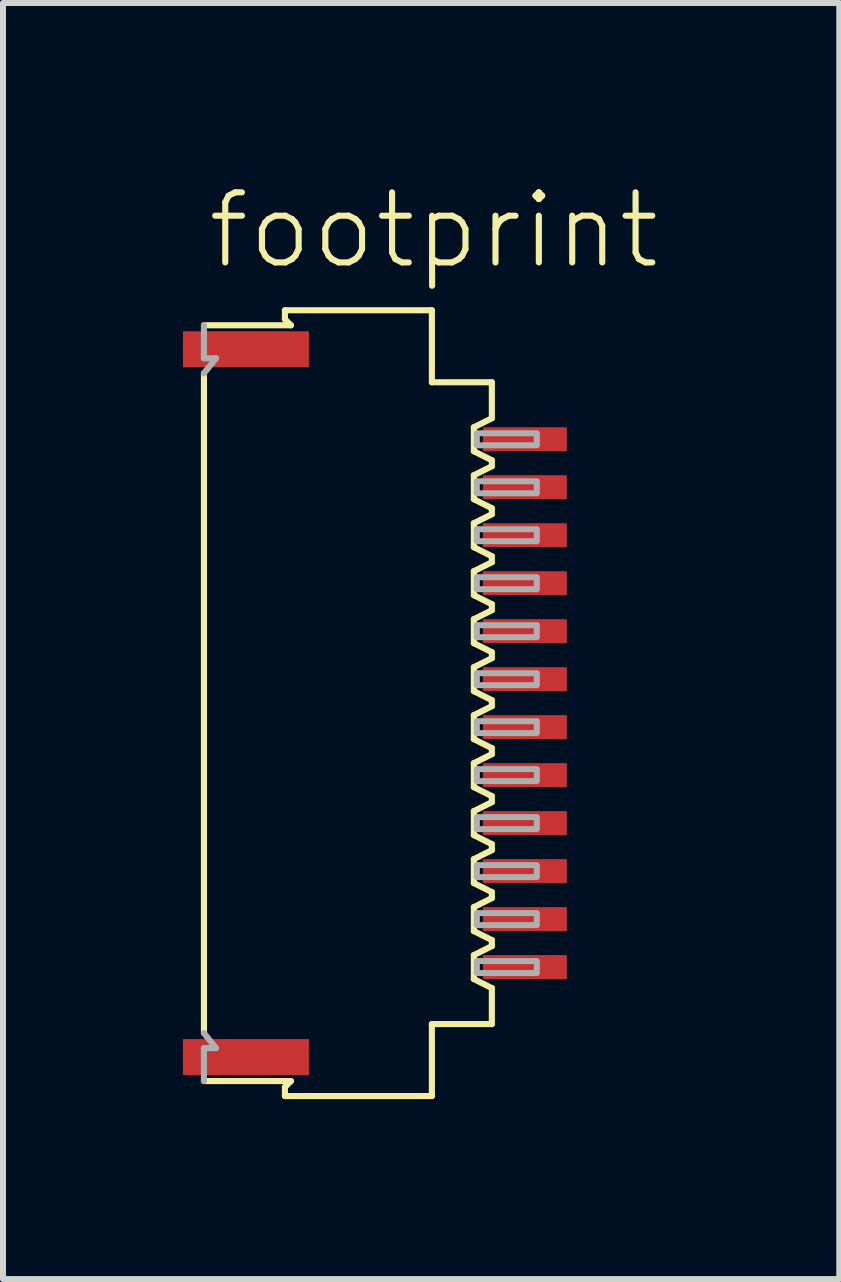
<source format=kicad_pcb>
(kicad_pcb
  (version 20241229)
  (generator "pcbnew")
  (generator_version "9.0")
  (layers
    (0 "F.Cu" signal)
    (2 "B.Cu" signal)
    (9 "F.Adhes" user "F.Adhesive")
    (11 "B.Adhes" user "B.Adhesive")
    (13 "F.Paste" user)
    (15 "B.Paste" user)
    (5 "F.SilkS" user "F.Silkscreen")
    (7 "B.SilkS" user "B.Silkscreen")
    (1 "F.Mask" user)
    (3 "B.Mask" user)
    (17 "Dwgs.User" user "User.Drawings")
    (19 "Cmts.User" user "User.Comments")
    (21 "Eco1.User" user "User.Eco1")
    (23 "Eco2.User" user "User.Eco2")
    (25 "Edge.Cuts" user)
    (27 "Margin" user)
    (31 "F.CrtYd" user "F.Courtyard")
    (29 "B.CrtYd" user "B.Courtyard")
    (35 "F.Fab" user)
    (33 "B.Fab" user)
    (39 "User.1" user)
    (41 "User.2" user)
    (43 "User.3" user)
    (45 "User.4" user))
  (footprint "footprint"
    (layer "F.Cu")
    (at 3.16 8.673)
    (property "Reference" "footprint" (at -2.8 -7.2 0) (layer "F.SilkS") (effects (font (size 1.168 1.168) (thickness 0.102)) (justify left bottom)))
    (fp_line (start -2.81 -5.5) (end -2.81 5.5) (stroke (width 0.102) (type solid)) (layer "F.SilkS"))
    (fp_line (start -1.46 -6.55) (end -1.46 -6.4) (stroke (width 0.102) (type solid)) (layer "F.SilkS"))
    (fp_line (start -1.46 -6.4) (end -1.36 -6.3) (stroke (width 0.102) (type solid)) (layer "F.SilkS"))
    (fp_line (start -1.46 6.4) (end -1.46 6.55) (stroke (width 0.102) (type solid)) (layer "F.SilkS"))
    (fp_line (start -1.36 -6.3) (end -2.81 -6.3) (stroke (width 0.102) (type solid)) (layer "F.SilkS"))
    (fp_line (start -1.36 6.3) (end -2.81 6.3) (stroke (width 0.102) (type solid)) (layer "F.SilkS"))
    (fp_line (start -1.36 6.3) (end -1.46 6.4) (stroke (width 0.102) (type solid)) (layer "F.SilkS"))
    (fp_line (start 0.99 -6.55) (end -1.46 -6.55) (stroke (width 0.102) (type solid)) (layer "F.SilkS"))
    (fp_line (start 0.99 -5.35) (end 0.99 -6.55) (stroke (width 0.102) (type solid)) (layer "F.SilkS"))
    (fp_line (start 0.99 5.35) (end 1.99 5.35) (stroke (width 0.102) (type solid)) (layer "F.SilkS"))
    (fp_line (start 0.99 6.55) (end -1.46 6.55) (stroke (width 0.102) (type solid)) (layer "F.SilkS"))
    (fp_line (start 0.99 6.55) (end 0.99 5.35) (stroke (width 0.102) (type solid)) (layer "F.SilkS"))
    (fp_line (start 1.69 -4.6) (end 1.99 -4.75) (stroke (width 0.102) (type solid)) (layer "F.SilkS"))
    (fp_line (start 1.69 -4.2) (end 1.69 -4.6) (stroke (width 0.102) (type solid)) (layer "F.SilkS"))
    (fp_line (start 1.69 -3.8) (end 1.69 -3.4) (stroke (width 0.102) (type solid)) (layer "F.SilkS"))
    (fp_line (start 1.69 -3.4) (end 1.99 -3.25) (stroke (width 0.102) (type solid)) (layer "F.SilkS"))
    (fp_line (start 1.69 -2.6) (end 1.69 -3) (stroke (width 0.102) (type solid)) (layer "F.SilkS"))
    (fp_line (start 1.69 -2.2) (end 1.69 -1.8) (stroke (width 0.102) (type solid)) (layer "F.SilkS"))
    (fp_line (start 1.69 -1.8) (end 1.99 -1.65) (stroke (width 0.102) (type solid)) (layer "F.SilkS"))
    (fp_line (start 1.69 -1) (end 1.69 -1.4) (stroke (width 0.102) (type solid)) (layer "F.SilkS"))
    (fp_line (start 1.69 -0.6) (end 1.69 -0.2) (stroke (width 0.102) (type solid)) (layer "F.SilkS"))
    (fp_line (start 1.69 -0.2) (end 1.99 -0.05) (stroke (width 0.102) (type solid)) (layer "F.SilkS"))
    (fp_line (start 1.69 0.6) (end 1.69 0.2) (stroke (width 0.102) (type solid)) (layer "F.SilkS"))
    (fp_line (start 1.69 1) (end 1.69 1.4) (stroke (width 0.102) (type solid)) (layer "F.SilkS"))
    (fp_line (start 1.69 1.4) (end 1.99 1.55) (stroke (width 0.102) (type solid)) (layer "F.SilkS"))
    (fp_line (start 1.69 2.2) (end 1.69 1.8) (stroke (width 0.102) (type solid)) (layer "F.SilkS"))
    (fp_line (start 1.69 2.6) (end 1.69 3) (stroke (width 0.102) (type solid)) (layer "F.SilkS"))
    (fp_line (start 1.69 3) (end 1.99 3.15) (stroke (width 0.102) (type solid)) (layer "F.SilkS"))
    (fp_line (start 1.69 3.8) (end 1.69 3.4) (stroke (width 0.102) (type solid)) (layer "F.SilkS"))
    (fp_line (start 1.69 4.2) (end 1.69 4.6) (stroke (width 0.102) (type solid)) (layer "F.SilkS"))
    (fp_line (start 1.69 4.6) (end 1.99 4.75) (stroke (width 0.102) (type solid)) (layer "F.SilkS"))
    (fp_line (start 1.99 -5.35) (end 0.99 -5.35) (stroke (width 0.102) (type solid)) (layer "F.SilkS"))
    (fp_line (start 1.99 -4.75) (end 1.99 -5.35) (stroke (width 0.102) (type solid)) (layer "F.SilkS"))
    (fp_line (start 1.99 -4.05) (end 1.69 -4.2) (stroke (width 0.102) (type solid)) (layer "F.SilkS"))
    (fp_line (start 1.99 -4.05) (end 1.99 -3.95) (stroke (width 0.102) (type solid)) (layer "F.SilkS"))
    (fp_line (start 1.99 -3.95) (end 1.69 -3.8) (stroke (width 0.102) (type solid)) (layer "F.SilkS"))
    (fp_line (start 1.99 -3.25) (end 1.99 -3.15) (stroke (width 0.102) (type solid)) (layer "F.SilkS"))
    (fp_line (start 1.99 -3.15) (end 1.69 -3) (stroke (width 0.102) (type solid)) (layer "F.SilkS"))
    (fp_line (start 1.99 -2.45) (end 1.69 -2.6) (stroke (width 0.102) (type solid)) (layer "F.SilkS"))
    (fp_line (start 1.99 -2.45) (end 1.99 -2.35) (stroke (width 0.102) (type solid)) (layer "F.SilkS"))
    (fp_line (start 1.99 -2.35) (end 1.69 -2.2) (stroke (width 0.102) (type solid)) (layer "F.SilkS"))
    (fp_line (start 1.99 -1.65) (end 1.99 -1.55) (stroke (width 0.102) (type solid)) (layer "F.SilkS"))
    (fp_line (start 1.99 -1.55) (end 1.69 -1.4) (stroke (width 0.102) (type solid)) (layer "F.SilkS"))
    (fp_line (start 1.99 -0.85) (end 1.69 -1) (stroke (width 0.102) (type solid)) (layer "F.SilkS"))
    (fp_line (start 1.99 -0.85) (end 1.99 -0.75) (stroke (width 0.102) (type solid)) (layer "F.SilkS"))
    (fp_line (start 1.99 -0.75) (end 1.69 -0.6) (stroke (width 0.102) (type solid)) (layer "F.SilkS"))
    (fp_line (start 1.99 -0.05) (end 1.99 0.05) (stroke (width 0.102) (type solid)) (layer "F.SilkS"))
    (fp_line (start 1.99 0.05) (end 1.69 0.2) (stroke (width 0.102) (type solid)) (layer "F.SilkS"))
    (fp_line (start 1.99 0.75) (end 1.69 0.6) (stroke (width 0.102) (type solid)) (layer "F.SilkS"))
    (fp_line (start 1.99 0.75) (end 1.99 0.85) (stroke (width 0.102) (type solid)) (layer "F.SilkS"))
    (fp_line (start 1.99 0.85) (end 1.69 1) (stroke (width 0.102) (type solid)) (layer "F.SilkS"))
    (fp_line (start 1.99 1.55) (end 1.99 1.65) (stroke (width 0.102) (type solid)) (layer "F.SilkS"))
    (fp_line (start 1.99 1.65) (end 1.69 1.8) (stroke (width 0.102) (type solid)) (layer "F.SilkS"))
    (fp_line (start 1.99 2.35) (end 1.69 2.2) (stroke (width 0.102) (type solid)) (layer "F.SilkS"))
    (fp_line (start 1.99 2.35) (end 1.99 2.45) (stroke (width 0.102) (type solid)) (layer "F.SilkS"))
    (fp_line (start 1.99 2.45) (end 1.69 2.6) (stroke (width 0.102) (type solid)) (layer "F.SilkS"))
    (fp_line (start 1.99 3.15) (end 1.99 3.25) (stroke (width 0.102) (type solid)) (layer "F.SilkS"))
    (fp_line (start 1.99 3.25) (end 1.69 3.4) (stroke (width 0.102) (type solid)) (layer "F.SilkS"))
    (fp_line (start 1.99 3.95) (end 1.69 3.8) (stroke (width 0.102) (type solid)) (layer "F.SilkS"))
    (fp_line (start 1.99 3.95) (end 1.99 4.05) (stroke (width 0.102) (type solid)) (layer "F.SilkS"))
    (fp_line (start 1.99 4.05) (end 1.69 4.2) (stroke (width 0.102) (type solid)) (layer "F.SilkS"))
    (fp_line (start 1.99 5.35) (end 1.99 4.75) (stroke (width 0.102) (type solid)) (layer "F.SilkS"))
    (fp_line (start -2.81 -6.3) (end -2.81 -5.75) (stroke (width 0.102) (type solid)) (layer "F.Fab"))
    (fp_line (start -2.81 -5.75) (end -2.61 -5.75) (stroke (width 0.102) (type solid)) (layer "F.Fab"))
    (fp_line (start -2.81 5.5) (end -2.61 5.75) (stroke (width 0.102) (type solid)) (layer "F.Fab"))
    (fp_line (start -2.81 5.75) (end -2.81 6.3) (stroke (width 0.102) (type solid)) (layer "F.Fab"))
    (fp_line (start -2.81 5.75) (end -2.61 5.75) (stroke (width 0.102) (type solid)) (layer "F.Fab"))
    (fp_line (start -2.61 -5.75) (end -2.81 -5.5) (stroke (width 0.102) (type solid)) (layer "F.Fab"))
    (fp_poly (pts (xy 1.74 -4.3) (xy 2.74 -4.3) (xy 2.74 -4.5) (xy 1.74 -4.5)) (stroke (width 0.1) (type solid)) (fill no) (layer "F.Fab"))
    (fp_poly (pts (xy 1.74 -3.5) (xy 2.74 -3.5) (xy 2.74 -3.7) (xy 1.74 -3.7)) (stroke (width 0.1) (type solid)) (fill no) (layer "F.Fab"))
    (fp_poly (pts (xy 1.74 -2.7) (xy 2.74 -2.7) (xy 2.74 -2.9) (xy 1.74 -2.9)) (stroke (width 0.1) (type solid)) (fill no) (layer "F.Fab"))
    (fp_poly (pts (xy 1.74 -1.9) (xy 2.74 -1.9) (xy 2.74 -2.1) (xy 1.74 -2.1)) (stroke (width 0.1) (type solid)) (fill no) (layer "F.Fab"))
    (fp_poly (pts (xy 1.74 -1.1) (xy 2.74 -1.1) (xy 2.74 -1.3) (xy 1.74 -1.3)) (stroke (width 0.1) (type solid)) (fill no) (layer "F.Fab"))
    (fp_poly (pts (xy 1.74 -0.3) (xy 2.74 -0.3) (xy 2.74 -0.5) (xy 1.74 -0.5)) (stroke (width 0.1) (type solid)) (fill no) (layer "F.Fab"))
    (fp_poly (pts (xy 1.74 0.5) (xy 2.74 0.5) (xy 2.74 0.3) (xy 1.74 0.3)) (stroke (width 0.1) (type solid)) (fill no) (layer "F.Fab"))
    (fp_poly (pts (xy 1.74 1.3) (xy 2.74 1.3) (xy 2.74 1.1) (xy 1.74 1.1)) (stroke (width 0.1) (type solid)) (fill no) (layer "F.Fab"))
    (fp_poly (pts (xy 1.74 2.1) (xy 2.74 2.1) (xy 2.74 1.9) (xy 1.74 1.9)) (stroke (width 0.1) (type solid)) (fill no) (layer "F.Fab"))
    (fp_poly (pts (xy 1.74 2.9) (xy 2.74 2.9) (xy 2.74 2.7) (xy 1.74 2.7)) (stroke (width 0.1) (type solid)) (fill no) (layer "F.Fab"))
    (fp_poly (pts (xy 1.74 3.7) (xy 2.74 3.7) (xy 2.74 3.5) (xy 1.74 3.5)) (stroke (width 0.1) (type solid)) (fill no) (layer "F.Fab"))
    (fp_poly (pts (xy 1.74 4.5) (xy 2.74 4.5) (xy 2.74 4.3) (xy 1.74 4.3)) (stroke (width 0.1) (type solid)) (fill no) (layer "F.Fab"))
    (pad "1" smd rect (at 2.54 -4.4) (size 1.4 0.4) (layers "F.Cu" "F.Mask" "F.Paste"))
    (pad "2" smd rect (at 2.54 -3.6) (size 1.4 0.4) (layers "F.Cu" "F.Mask" "F.Paste"))
    (pad "3" smd rect (at 2.54 -2.8) (size 1.4 0.4) (layers "F.Cu" "F.Mask" "F.Paste"))
    (pad "4" smd rect (at 2.54 -2) (size 1.4 0.4) (layers "F.Cu" "F.Mask" "F.Paste"))
    (pad "5" smd rect (at 2.54 -1.2) (size 1.4 0.4) (layers "F.Cu" "F.Mask" "F.Paste"))
    (pad "6" smd rect (at 2.54 -0.4) (size 1.4 0.4) (layers "F.Cu" "F.Mask" "F.Paste"))
    (pad "7" smd rect (at 2.54 0.4) (size 1.4 0.4) (layers "F.Cu" "F.Mask" "F.Paste"))
    (pad "8" smd rect (at 2.54 1.2) (size 1.4 0.4) (layers "F.Cu" "F.Mask" "F.Paste"))
    (pad "9" smd rect (at 2.54 2) (size 1.4 0.4) (layers "F.Cu" "F.Mask" "F.Paste"))
    (pad "10" smd rect (at 2.54 2.8) (size 1.4 0.4) (layers "F.Cu" "F.Mask" "F.Paste"))
    (pad "11" smd rect (at 2.54 3.6) (size 1.4 0.4) (layers "F.Cu" "F.Mask" "F.Paste"))
    (pad "12" smd rect (at 2.54 4.4) (size 1.4 0.4) (layers "F.Cu" "F.Mask" "F.Paste"))
    (pad "M1" smd rect (at -2.11 -5.9) (size 2.1 0.6) (layers "F.Cu" "F.Mask" "F.Paste"))
    (pad "M2" smd rect (at -2.11 5.9) (size 2.1 0.6) (layers "F.Cu" "F.Mask" "F.Paste")))
  (gr_rect
    (start -3 -3)
    (end 10.942 18.274)
    (stroke (width 0.1) (type default))
    (fill no)
    (layer "Edge.Cuts")))
</source>
